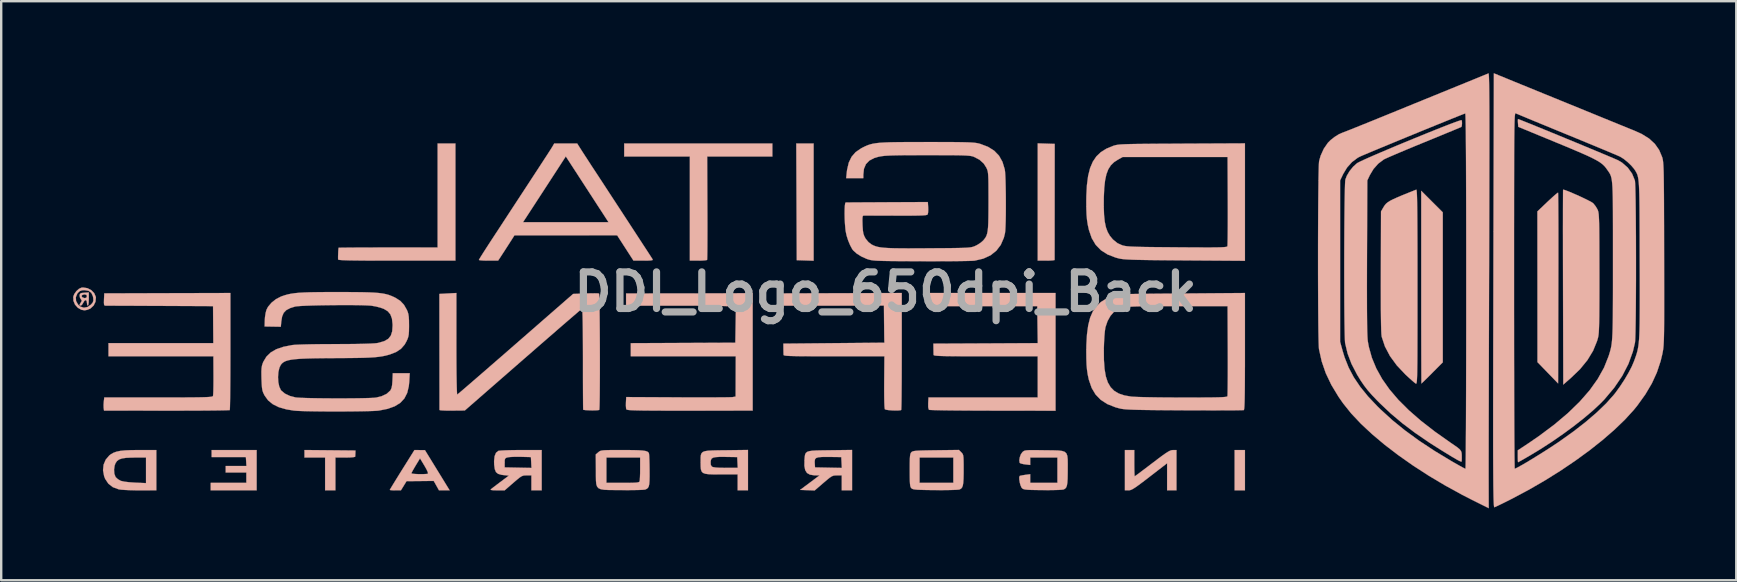
<source format=kicad_pcb>
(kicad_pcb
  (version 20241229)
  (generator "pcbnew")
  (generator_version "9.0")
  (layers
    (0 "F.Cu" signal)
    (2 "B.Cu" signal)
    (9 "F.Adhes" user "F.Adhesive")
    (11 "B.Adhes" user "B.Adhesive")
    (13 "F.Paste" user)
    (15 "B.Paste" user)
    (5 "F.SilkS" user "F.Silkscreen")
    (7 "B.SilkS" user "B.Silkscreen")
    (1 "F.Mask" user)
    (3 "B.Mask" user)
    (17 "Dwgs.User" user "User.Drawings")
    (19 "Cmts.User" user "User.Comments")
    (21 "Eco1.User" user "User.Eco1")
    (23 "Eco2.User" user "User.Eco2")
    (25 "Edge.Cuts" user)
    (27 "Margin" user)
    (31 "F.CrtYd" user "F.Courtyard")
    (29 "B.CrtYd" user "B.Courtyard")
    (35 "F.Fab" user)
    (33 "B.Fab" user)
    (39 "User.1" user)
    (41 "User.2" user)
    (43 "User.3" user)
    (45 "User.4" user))
  (footprint "DDI_Logo_650dpi_Back"
    (layer "F.Cu")
    (at 33.854 9.116)
    (property "Reference" "DDI_Logo_650dpi_Back" (at 0 0 0) (layer "F.Fab") (effects (font (size 1.524 1.524) (thickness 0.3))))
    (attr through_hole)
    (fp_poly (pts (xy 14.549 8.27) (xy 14.979 8.27) (xy 14.979 6.59) (xy 14.549 6.59) (xy 14.549 8.27)) (stroke (width 0.01) (type solid)) (fill yes) (layer "B.SilkS"))
    (fp_poly (pts (xy -3.709 -3.756) (xy -3.699 -1.323) (xy -3.348 -1.312) (xy -2.996 -1.301) (xy -2.996 -6.188) (xy -3.358 -6.188) (xy -3.719 -6.188) (xy -3.709 -3.756)) (stroke (width 0.01) (type solid)) (fill yes) (layer "B.SilkS"))
    (fp_poly (pts (xy -28.084 6.736) (xy -28.084 6.883) (xy -26.657 6.883) (xy -26.645 7.069) (xy -26.634 7.254) (xy -27.498 7.254) (xy -27.498 7.528) (xy -26.638 7.528) (xy -26.638 7.958) (xy -28.123 7.958) (xy -28.123 8.27) (xy -26.208 8.27) (xy -26.208 6.59) (xy -28.084 6.59) (xy -28.084 6.736)) (stroke (width 0.01) (type solid)) (fill yes) (layer "B.SilkS"))
    (fp_poly (pts (xy -24.215 6.903) (xy -23.355 6.903) (xy -23.355 8.27) (xy -22.926 8.27) (xy -22.926 6.903) (xy -22.515 6.903) (xy -22.329 6.899) (xy -22.191 6.889) (xy -22.114 6.874) (xy -22.101 6.863) (xy -22.097 6.798) (xy -22.093 6.717) (xy -22.089 6.609) (xy -23.152 6.599) (xy -24.215 6.589) (xy -24.215 6.903)) (stroke (width 0.01) (type solid)) (fill yes) (layer "B.SilkS"))
    (fp_poly (pts (xy 6.343 -1.304) (xy 6.695 -1.304) (xy 6.85 -1.307) (xy 6.97 -1.315) (xy 7.038 -1.326) (xy 7.047 -1.333) (xy 7.047 -1.376) (xy 7.047 -1.491) (xy 7.047 -1.67) (xy 7.048 -1.907) (xy 7.048 -2.195) (xy 7.048 -2.527) (xy 7.048 -2.897) (xy 7.049 -3.298) (xy 7.049 -3.722) (xy 7.049 -3.765) (xy 7.051 -6.169) (xy 6.697 -6.18) (xy 6.343 -6.191) (xy 6.343 -1.304)) (stroke (width 0.01) (type solid)) (fill yes) (layer "B.SilkS"))
    (fp_poly (pts (xy -10.89 -5.641) (xy -8.154 -5.641) (xy -8.154 -1.304) (xy -7.805 -1.304) (xy -7.648 -1.307) (xy -7.522 -1.316) (xy -7.448 -1.329) (xy -7.436 -1.336) (xy -7.432 -1.38) (xy -7.429 -1.495) (xy -7.426 -1.674) (xy -7.424 -1.909) (xy -7.423 -2.194) (xy -7.422 -2.52) (xy -7.422 -2.882) (xy -7.423 -3.271) (xy -7.424 -3.505) (xy -7.432 -5.641) (xy -4.716 -5.641) (xy -4.716 -6.188) (xy -10.89 -6.188) (xy -10.89 -5.641)) (stroke (width 0.01) (type solid)) (fill yes) (layer "B.SilkS"))
    (fp_poly (pts (xy 22.326 -0.199) (xy 22.326 0.354) (xy 22.326 0.884) (xy 22.326 1.387) (xy 22.327 1.857) (xy 22.328 2.289) (xy 22.329 2.677) (xy 22.33 3.018) (xy 22.331 3.304) (xy 22.332 3.533) (xy 22.333 3.697) (xy 22.335 3.792) (xy 22.336 3.815) (xy 22.366 3.789) (xy 22.441 3.717) (xy 22.552 3.608) (xy 22.69 3.471) (xy 22.785 3.375) (xy 23.224 2.935) (xy 23.224 -3.317) (xy 22.775 -3.765) (xy 22.326 -4.214) (xy 22.326 -0.199)) (stroke (width 0.01) (type solid)) (fill yes) (layer "B.SilkS"))
    (fp_poly (pts (xy 27.994 -4.118) (xy 27.913 -4.052) (xy 27.798 -3.95) (xy 27.657 -3.82) (xy 27.586 -3.754) (xy 27.167 -3.355) (xy 27.169 -0.214) (xy 27.17 2.926) (xy 27.6 3.37) (xy 28.03 3.814) (xy 28.04 -0.155) (xy 28.041 -0.705) (xy 28.042 -1.233) (xy 28.042 -1.733) (xy 28.042 -2.201) (xy 28.042 -2.63) (xy 28.041 -3.017) (xy 28.039 -3.354) (xy 28.038 -3.639) (xy 28.035 -3.864) (xy 28.033 -4.026) (xy 28.03 -4.118) (xy 28.028 -4.138) (xy 27.994 -4.118)) (stroke (width 0.01) (type solid)) (fill yes) (layer "B.SilkS"))
    (fp_poly (pts (xy -18.666 -1.854) (xy -20.724 -1.853) (xy -21.117 -1.852) (xy -21.486 -1.851) (xy -21.824 -1.85) (xy -22.122 -1.849) (xy -22.375 -1.847) (xy -22.575 -1.845) (xy -22.713 -1.843) (xy -22.785 -1.841) (xy -22.792 -1.841) (xy -22.799 -1.799) (xy -22.806 -1.706) (xy -22.811 -1.588) (xy -22.815 -1.469) (xy -22.814 -1.378) (xy -22.813 -1.352) (xy -22.797 -1.342) (xy -22.747 -1.333) (xy -22.66 -1.326) (xy -22.529 -1.32) (xy -22.351 -1.314) (xy -22.121 -1.311) (xy -21.833 -1.308) (xy -21.483 -1.305) (xy -21.067 -1.304) (xy -20.579 -1.304) (xy -20.366 -1.304) (xy -17.924 -1.304) (xy -17.924 -6.188) (xy -18.666 -6.188) (xy -18.666 -1.854)) (stroke (width 0.01) (type solid)) (fill yes) (layer "B.SilkS"))
    (fp_poly (pts (xy 9.977 8.27) (xy 10.124 8.27) (xy 10.177 8.265) (xy 10.237 8.247) (xy 10.311 8.21) (xy 10.41 8.148) (xy 10.54 8.056) (xy 10.712 7.928) (xy 10.934 7.759) (xy 11.003 7.705) (xy 11.736 7.14) (xy 11.736 8.27) (xy 12.126 8.27) (xy 12.126 6.59) (xy 11.98 6.59) (xy 11.926 6.595) (xy 11.865 6.614) (xy 11.789 6.652) (xy 11.688 6.715) (xy 11.554 6.809) (xy 11.378 6.939) (xy 11.151 7.112) (xy 11.117 7.137) (xy 10.913 7.293) (xy 10.73 7.431) (xy 10.577 7.546) (xy 10.463 7.63) (xy 10.397 7.677) (xy 10.385 7.684) (xy 10.379 7.647) (xy 10.374 7.546) (xy 10.37 7.395) (xy 10.368 7.208) (xy 10.368 7.137) (xy 10.368 6.59) (xy 9.977 6.59) (xy 9.977 8.27)) (stroke (width 0.01) (type solid)) (fill yes) (layer "B.SilkS"))
    (fp_poly (pts (xy -33.388 0.033) (xy -33.503 0.045) (xy -33.561 0.071) (xy -33.585 0.121) (xy -33.587 0.136) (xy -33.572 0.237) (xy -33.538 0.295) (xy -33.498 0.355) (xy -33.516 0.412) (xy -33.534 0.438) (xy -33.586 0.523) (xy -33.577 0.565) (xy -33.54 0.572) (xy -33.489 0.539) (xy -33.44 0.46) (xy -33.437 0.455) (xy -33.389 0.374) (xy -33.337 0.338) (xy -33.335 0.338) (xy -33.293 0.373) (xy -33.281 0.455) (xy -33.27 0.537) (xy -33.242 0.572) (xy -33.242 0.572) (xy -33.222 0.536) (xy -33.208 0.439) (xy -33.203 0.298) (xy -33.203 0.181) (xy -33.281 0.181) (xy -33.31 0.244) (xy -33.383 0.258) (xy -33.472 0.224) (xy -33.506 0.175) (xy -33.477 0.129) (xy -33.399 0.104) (xy -33.376 0.103) (xy -33.301 0.122) (xy -33.281 0.181) (xy -33.203 0.181) (xy -33.203 0.021) (xy -33.388 0.033)) (stroke (width 0.01) (type solid)) (fill yes) (layer "B.SilkS"))
    (fp_poly (pts (xy -33.505 -0.179) (xy -33.612 -0.13) (xy -33.721 -0.033) (xy -33.808 0.089) (xy -33.849 0.196) (xy -33.845 0.368) (xy -33.778 0.528) (xy -33.662 0.659) (xy -33.512 0.744) (xy -33.379 0.767) (xy -33.265 0.746) (xy -33.144 0.696) (xy -33.132 0.688) (xy -33.003 0.568) (xy -32.924 0.408) (xy -32.92 0.364) (xy -33.013 0.364) (xy -33.041 0.444) (xy -33.117 0.531) (xy -33.259 0.63) (xy -33.409 0.657) (xy -33.552 0.613) (xy -33.649 0.53) (xy -33.734 0.378) (xy -33.744 0.22) (xy -33.681 0.07) (xy -33.656 0.037) (xy -33.577 -0.035) (xy -33.486 -0.067) (xy -33.383 -0.073) (xy -33.215 -0.046) (xy -33.099 0.037) (xy -33.033 0.18) (xy -33.019 0.252) (xy -33.013 0.364) (xy -32.92 0.364) (xy -32.907 0.234) (xy -32.912 0.203) (xy -32.978 0.05) (xy -33.1 -0.074) (xy -33.26 -0.156) (xy -33.439 -0.184) (xy -33.505 -0.179)) (stroke (width 0.01) (type solid)) (fill yes) (layer "B.SilkS"))
    (fp_poly (pts (xy -20.146 7.411) (xy -20.287 7.637) (xy -20.413 7.841) (xy -20.519 8.014) (xy -20.599 8.146) (xy -20.647 8.227) (xy -20.659 8.251) (xy -20.624 8.261) (xy -20.531 8.268) (xy -20.428 8.27) (xy -20.197 8.27) (xy -20.079 8.079) (xy -19.961 7.887) (xy -19.395 7.882) (xy -18.829 7.876) (xy -18.718 8.073) (xy -18.608 8.27) (xy -18.386 8.27) (xy -18.164 8.27) (xy -18.597 7.565) (xy -19.065 7.565) (xy -19.07 7.573) (xy -19.125 7.586) (xy -19.23 7.592) (xy -19.365 7.594) (xy -19.506 7.592) (xy -19.633 7.585) (xy -19.725 7.574) (xy -19.76 7.56) (xy -19.741 7.515) (xy -19.69 7.421) (xy -19.617 7.295) (xy -19.58 7.233) (xy -19.4 6.936) (xy -19.215 7.242) (xy -19.132 7.39) (xy -19.08 7.501) (xy -19.065 7.565) (xy -18.597 7.565) (xy -18.679 7.432) (xy -19.194 6.594) (xy -19.413 6.592) (xy -19.632 6.59) (xy -20.146 7.411)) (stroke (width 0.01) (type solid)) (fill yes) (layer "B.SilkS"))
    (fp_poly (pts (xy -6.649 6.598) (xy -6.963 6.601) (xy -7.209 6.607) (xy -7.393 6.617) (xy -7.525 6.637) (xy -7.614 6.671) (xy -7.667 6.723) (xy -7.695 6.797) (xy -7.705 6.897) (xy -7.705 7.027) (xy -7.705 7.103) (xy -7.704 7.266) (xy -7.694 7.39) (xy -7.665 7.479) (xy -7.609 7.54) (xy -7.515 7.577) (xy -7.374 7.597) (xy -7.176 7.605) (xy -6.911 7.606) (xy -6.841 7.606) (xy -6.162 7.606) (xy -6.162 8.27) (xy -5.732 8.27) (xy -5.732 7.332) (xy -6.158 7.332) (xy -6.66 7.332) (xy -6.908 7.329) (xy -7.084 7.318) (xy -7.193 7.299) (xy -7.232 7.282) (xy -7.28 7.215) (xy -7.289 7.103) (xy -7.288 7.079) (xy -7.275 7.001) (xy -7.244 6.944) (xy -7.184 6.907) (xy -7.083 6.885) (xy -6.931 6.875) (xy -6.716 6.875) (xy -6.619 6.876) (xy -6.181 6.883) (xy -6.158 7.332) (xy -5.732 7.332) (xy -5.732 6.586) (xy -6.649 6.598)) (stroke (width 0.01) (type solid)) (fill yes) (layer "B.SilkS"))
    (fp_poly (pts (xy 1.81 0.318) (xy 1.81 0.592) (xy 6.324 0.592) (xy 6.334 1.363) (xy 6.345 2.134) (xy 4.17 2.145) (xy 1.995 2.155) (xy 1.998 2.36) (xy 2 2.488) (xy 2.002 2.59) (xy 2.003 2.624) (xy 2.011 2.636) (xy 2.037 2.647) (xy 2.088 2.656) (xy 2.17 2.663) (xy 2.287 2.669) (xy 2.446 2.674) (xy 2.654 2.677) (xy 2.914 2.68) (xy 3.235 2.681) (xy 3.62 2.682) (xy 4.077 2.682) (xy 4.174 2.682) (xy 6.343 2.682) (xy 6.343 4.398) (xy 4.067 4.398) (xy 1.791 4.398) (xy 1.779 4.64) (xy 1.779 4.802) (xy 1.799 4.893) (xy 1.817 4.914) (xy 1.864 4.919) (xy 1.982 4.924) (xy 2.165 4.929) (xy 2.407 4.934) (xy 2.701 4.938) (xy 3.04 4.941) (xy 3.417 4.944) (xy 3.827 4.946) (xy 4.263 4.947) (xy 4.476 4.948) (xy 7.086 4.951) (xy 7.086 0.045) (xy 1.81 0.045) (xy 1.81 0.318)) (stroke (width 0.01) (type solid)) (fill yes) (layer "B.SilkS"))
    (fp_poly (pts (xy -31.43 6.593) (xy -31.689 6.604) (xy -31.892 6.625) (xy -32.053 6.659) (xy -32.181 6.706) (xy -32.29 6.77) (xy -32.347 6.814) (xy -32.498 6.99) (xy -32.587 7.201) (xy -32.61 7.435) (xy -32.565 7.678) (xy -32.522 7.789) (xy -32.388 7.991) (xy -32.2 8.137) (xy -31.957 8.227) (xy -31.952 8.228) (xy -31.855 8.242) (xy -31.697 8.253) (xy -31.494 8.262) (xy -31.264 8.268) (xy -31.083 8.269) (xy -30.389 8.27) (xy -30.389 6.903) (xy -30.819 6.903) (xy -30.819 7.968) (xy -31.279 7.948) (xy -31.514 7.932) (xy -31.709 7.909) (xy -31.848 7.879) (xy -31.881 7.868) (xy -31.993 7.802) (xy -32.081 7.721) (xy -32.089 7.709) (xy -32.139 7.577) (xy -32.151 7.409) (xy -32.127 7.239) (xy -32.09 7.138) (xy -32.028 7.048) (xy -31.942 6.983) (xy -31.819 6.94) (xy -31.648 6.914) (xy -31.418 6.904) (xy -31.289 6.903) (xy -30.819 6.903) (xy -30.389 6.903) (xy -30.389 6.59) (xy -31.105 6.59) (xy -31.43 6.593)) (stroke (width 0.01) (type solid)) (fill yes) (layer "B.SilkS"))
    (fp_poly (pts (xy -2.311 6.598) (xy -2.622 6.602) (xy -2.864 6.607) (xy -3.046 6.617) (xy -3.177 6.636) (xy -3.265 6.666) (xy -3.32 6.712) (xy -3.351 6.776) (xy -3.366 6.863) (xy -3.375 6.975) (xy -3.377 7.011) (xy -3.381 7.251) (xy -3.347 7.426) (xy -3.272 7.545) (xy -3.149 7.615) (xy -2.972 7.643) (xy -2.905 7.645) (xy -2.748 7.645) (xy -3.153 7.948) (xy -3.559 8.251) (xy -3.256 8.262) (xy -2.953 8.274) (xy -2.588 7.959) (xy -2.434 7.828) (xy -2.323 7.739) (xy -2.24 7.685) (xy -2.17 7.657) (xy -2.098 7.647) (xy -2.023 7.645) (xy -1.824 7.645) (xy -1.824 8.27) (xy -1.394 8.27) (xy -1.394 7.335) (xy -1.82 7.335) (xy -2.938 7.313) (xy -2.95 7.127) (xy -2.951 7.033) (xy -2.934 6.965) (xy -2.888 6.92) (xy -2.802 6.892) (xy -2.666 6.879) (xy -2.469 6.876) (xy -2.311 6.877) (xy -1.844 6.883) (xy -1.82 7.335) (xy -1.394 7.335) (xy -1.394 6.586) (xy -2.311 6.598)) (stroke (width 0.01) (type solid)) (fill yes) (layer "B.SilkS"))
    (fp_poly (pts (xy -15.442 6.592) (xy -15.677 6.596) (xy -15.878 6.603) (xy -16.031 6.612) (xy -16.123 6.622) (xy -16.139 6.627) (xy -16.232 6.703) (xy -16.291 6.845) (xy -16.313 7.048) (xy -16.309 7.201) (xy -16.284 7.386) (xy -16.234 7.508) (xy -16.146 7.581) (xy -16.006 7.622) (xy -15.918 7.633) (xy -15.697 7.656) (xy -16.058 7.926) (xy -16.205 8.037) (xy -16.33 8.132) (xy -16.419 8.202) (xy -16.456 8.233) (xy -16.441 8.253) (xy -16.354 8.265) (xy -16.202 8.269) (xy -16.183 8.269) (xy -15.872 8.269) (xy -15.513 7.957) (xy -15.36 7.826) (xy -15.251 7.737) (xy -15.169 7.684) (xy -15.099 7.656) (xy -15.027 7.646) (xy -14.956 7.645) (xy -14.758 7.645) (xy -14.758 8.27) (xy -14.329 8.27) (xy -14.329 7.335) (xy -14.754 7.335) (xy -15.313 7.324) (xy -15.872 7.313) (xy -15.872 7.12) (xy -15.869 7.004) (xy -15.849 6.942) (xy -15.801 6.91) (xy -15.744 6.894) (xy -15.652 6.881) (xy -15.504 6.873) (xy -15.325 6.87) (xy -15.197 6.872) (xy -14.778 6.883) (xy -14.766 7.109) (xy -14.754 7.335) (xy -14.329 7.335) (xy -14.329 6.59) (xy -15.186 6.59) (xy -15.442 6.592)) (stroke (width 0.01) (type solid)) (fill yes) (layer "B.SilkS"))
    (fp_poly (pts (xy 28.239 -4.26) (xy 28.237 -4.22) (xy 28.236 -4.107) (xy 28.235 -3.926) (xy 28.234 -3.683) (xy 28.233 -3.382) (xy 28.233 -3.028) (xy 28.232 -2.628) (xy 28.233 -2.185) (xy 28.233 -1.705) (xy 28.234 -1.194) (xy 28.235 -0.656) (xy 28.236 -0.193) (xy 28.246 3.861) (xy 28.558 3.59) (xy 28.943 3.22) (xy 29.252 2.842) (xy 29.488 2.453) (xy 29.654 2.047) (xy 29.691 1.918) (xy 29.704 1.861) (xy 29.715 1.79) (xy 29.724 1.699) (xy 29.731 1.582) (xy 29.737 1.432) (xy 29.742 1.244) (xy 29.746 1.011) (xy 29.748 0.728) (xy 29.75 0.389) (xy 29.751 -0.013) (xy 29.751 -0.484) (xy 29.751 -0.792) (xy 29.75 -1.295) (xy 29.749 -1.726) (xy 29.748 -2.091) (xy 29.746 -2.396) (xy 29.744 -2.647) (xy 29.74 -2.85) (xy 29.735 -3.011) (xy 29.729 -3.136) (xy 29.722 -3.232) (xy 29.713 -3.303) (xy 29.702 -3.356) (xy 29.689 -3.398) (xy 29.676 -3.43) (xy 29.601 -3.56) (xy 29.508 -3.678) (xy 29.488 -3.699) (xy 29.425 -3.741) (xy 29.312 -3.802) (xy 29.16 -3.878) (xy 28.986 -3.961) (xy 28.802 -4.044) (xy 28.623 -4.122) (xy 28.464 -4.189) (xy 28.337 -4.237) (xy 28.258 -4.261) (xy 28.239 -4.26)) (stroke (width 0.01) (type solid)) (fill yes) (layer "B.SilkS"))
    (fp_poly (pts (xy -5.624 0.048) (xy -5.678 0.05) (xy -5.803 0.051) (xy -5.992 0.053) (xy -6.239 0.055) (xy -6.538 0.056) (xy -6.88 0.058) (xy -7.26 0.059) (xy -7.671 0.06) (xy -8.106 0.061) (xy -8.262 0.061) (xy -10.812 0.064) (xy -10.812 0.572) (xy -8.626 0.572) (xy -8.131 0.573) (xy -7.688 0.575) (xy -7.301 0.578) (xy -6.973 0.583) (xy -6.709 0.589) (xy -6.512 0.596) (xy -6.386 0.604) (xy -6.338 0.611) (xy -6.235 0.65) (xy -6.259 2.116) (xy -8.438 2.126) (xy -10.616 2.136) (xy -10.616 2.682) (xy -6.241 2.682) (xy -6.244 3.521) (xy -6.247 4.36) (xy -6.371 4.383) (xy -6.432 4.387) (xy -6.564 4.39) (xy -6.759 4.393) (xy -7.01 4.394) (xy -7.308 4.396) (xy -7.646 4.396) (xy -8.017 4.396) (xy -8.413 4.395) (xy -8.65 4.393) (xy -10.806 4.382) (xy -10.818 4.61) (xy -10.82 4.743) (xy -10.812 4.85) (xy -10.8 4.894) (xy -10.784 4.905) (xy -10.748 4.914) (xy -10.687 4.923) (xy -10.594 4.929) (xy -10.464 4.935) (xy -10.293 4.939) (xy -10.075 4.943) (xy -9.805 4.945) (xy -9.477 4.947) (xy -9.086 4.948) (xy -8.627 4.948) (xy -8.152 4.948) (xy -5.536 4.947) (xy -5.536 0.038) (xy -5.624 0.048)) (stroke (width 0.01) (type solid)) (fill yes) (layer "B.SilkS"))
    (fp_poly (pts (xy 2.104 6.598) (xy 1.803 6.602) (xy 1.57 6.607) (xy 1.396 6.613) (xy 1.272 6.621) (xy 1.186 6.632) (xy 1.13 6.647) (xy 1.094 6.666) (xy 1.079 6.679) (xy 1.053 6.713) (xy 1.035 6.762) (xy 1.022 6.839) (xy 1.014 6.955) (xy 1.01 7.122) (xy 1.009 7.353) (xy 1.009 7.43) (xy 1.01 7.68) (xy 1.013 7.864) (xy 1.02 7.994) (xy 1.031 8.08) (xy 1.047 8.136) (xy 1.071 8.173) (xy 1.079 8.181) (xy 1.108 8.203) (xy 1.151 8.22) (xy 1.218 8.233) (xy 1.319 8.243) (xy 1.465 8.249) (xy 1.664 8.254) (xy 1.926 8.258) (xy 2.075 8.259) (xy 2.341 8.26) (xy 2.584 8.258) (xy 2.793 8.253) (xy 2.955 8.247) (xy 3.059 8.238) (xy 3.087 8.232) (xy 3.147 8.199) (xy 3.19 8.149) (xy 3.221 8.072) (xy 3.24 7.955) (xy 3.251 7.788) (xy 3.256 7.56) (xy 3.256 7.411) (xy 3.256 7.176) (xy 3.253 7.006) (xy 3.248 6.903) (xy 2.826 6.903) (xy 2.826 7.958) (xy 1.419 7.958) (xy 1.419 6.903) (xy 2.826 6.903) (xy 3.248 6.903) (xy 3.247 6.888) (xy 3.236 6.809) (xy 3.217 6.756) (xy 3.189 6.717) (xy 3.158 6.684) (xy 3.06 6.586) (xy 2.104 6.598)) (stroke (width 0.01) (type solid)) (fill yes) (layer "B.SilkS"))
    (fp_poly (pts (xy 21.788 -4.13) (xy 21.521 -4.022) (xy 21.31 -3.932) (xy 21.147 -3.858) (xy 21.024 -3.795) (xy 20.933 -3.737) (xy 20.865 -3.681) (xy 20.813 -3.622) (xy 20.768 -3.555) (xy 20.742 -3.511) (xy 20.65 -3.355) (xy 20.643 -0.835) (xy 20.642 -0.242) (xy 20.643 0.273) (xy 20.644 0.714) (xy 20.648 1.082) (xy 20.653 1.379) (xy 20.659 1.606) (xy 20.667 1.765) (xy 20.677 1.857) (xy 20.679 1.869) (xy 20.814 2.275) (xy 21.025 2.675) (xy 21.311 3.065) (xy 21.668 3.442) (xy 21.67 3.444) (xy 21.813 3.576) (xy 21.941 3.691) (xy 22.04 3.776) (xy 22.098 3.819) (xy 22.099 3.82) (xy 22.111 3.823) (xy 22.121 3.818) (xy 22.129 3.8) (xy 22.137 3.764) (xy 22.144 3.706) (xy 22.149 3.622) (xy 22.154 3.508) (xy 22.158 3.359) (xy 22.161 3.17) (xy 22.164 2.938) (xy 22.166 2.657) (xy 22.167 2.325) (xy 22.168 1.935) (xy 22.169 1.485) (xy 22.169 0.969) (xy 22.169 0.383) (xy 22.169 -0.212) (xy 22.169 -0.888) (xy 22.169 -1.489) (xy 22.168 -2.019) (xy 22.166 -2.483) (xy 22.164 -2.883) (xy 22.162 -3.224) (xy 22.159 -3.509) (xy 22.155 -3.742) (xy 22.151 -3.927) (xy 22.146 -4.067) (xy 22.14 -4.167) (xy 22.133 -4.23) (xy 22.125 -4.259) (xy 22.12 -4.262) (xy 21.788 -4.13)) (stroke (width 0.01) (type solid)) (fill yes) (layer "B.SilkS"))
    (fp_poly (pts (xy 5.996 6.594) (xy 5.891 6.6) (xy 5.82 6.61) (xy 5.771 6.627) (xy 5.735 6.651) (xy 5.706 6.676) (xy 5.642 6.766) (xy 5.596 6.89) (xy 5.576 7.017) (xy 5.589 7.115) (xy 5.596 7.128) (xy 5.646 7.152) (xy 5.747 7.176) (xy 5.825 7.188) (xy 6.03 7.211) (xy 6.03 6.903) (xy 7.164 6.903) (xy 7.164 7.958) (xy 6.03 7.958) (xy 6.03 7.596) (xy 5.828 7.623) (xy 5.707 7.642) (xy 5.619 7.66) (xy 5.593 7.669) (xy 5.573 7.722) (xy 5.576 7.822) (xy 5.595 7.944) (xy 5.628 8.063) (xy 5.668 8.153) (xy 5.684 8.173) (xy 5.714 8.199) (xy 5.755 8.219) (xy 5.817 8.234) (xy 5.911 8.244) (xy 6.049 8.251) (xy 6.24 8.255) (xy 6.497 8.259) (xy 6.549 8.259) (xy 6.795 8.26) (xy 7.018 8.257) (xy 7.206 8.252) (xy 7.344 8.244) (xy 7.419 8.234) (xy 7.425 8.232) (xy 7.484 8.199) (xy 7.528 8.149) (xy 7.559 8.07) (xy 7.578 7.953) (xy 7.589 7.785) (xy 7.593 7.556) (xy 7.594 7.417) (xy 7.595 7.168) (xy 7.592 6.976) (xy 7.577 6.833) (xy 7.54 6.733) (xy 7.472 6.667) (xy 7.365 6.629) (xy 7.209 6.609) (xy 6.996 6.602) (xy 6.716 6.599) (xy 6.625 6.598) (xy 6.352 6.594) (xy 6.146 6.592) (xy 5.996 6.594)) (stroke (width 0.01) (type solid)) (fill yes) (layer "B.SilkS"))
    (fp_poly (pts (xy -11.255 6.59) (xy -11.474 6.591) (xy -11.636 6.595) (xy -11.752 6.601) (xy -11.832 6.612) (xy -11.887 6.627) (xy -11.927 6.648) (xy -11.963 6.676) (xy -11.969 6.682) (xy -12.076 6.773) (xy -12.07 7.431) (xy -12.07 7.674) (xy -12.067 7.864) (xy -12.054 8.007) (xy -12.021 8.11) (xy -11.96 8.18) (xy -11.863 8.223) (xy -11.721 8.246) (xy -11.524 8.255) (xy -11.266 8.257) (xy -10.996 8.259) (xy -10.734 8.26) (xy -10.494 8.258) (xy -10.289 8.254) (xy -10.132 8.248) (xy -10.033 8.239) (xy -10.009 8.234) (xy -9.945 8.203) (xy -9.899 8.162) (xy -9.866 8.1) (xy -9.846 8.005) (xy -9.836 7.867) (xy -9.832 7.672) (xy -9.833 7.432) (xy -9.836 7.211) (xy -9.841 7.015) (xy -9.846 6.903) (xy -10.226 6.903) (xy -10.226 7.368) (xy -10.227 7.556) (xy -10.233 7.719) (xy -10.24 7.838) (xy -10.249 7.896) (xy -10.267 7.918) (xy -10.309 7.935) (xy -10.385 7.946) (xy -10.506 7.953) (xy -10.682 7.957) (xy -10.925 7.958) (xy -10.953 7.958) (xy -11.632 7.958) (xy -11.632 6.903) (xy -10.226 6.903) (xy -9.846 6.903) (xy -9.847 6.859) (xy -9.855 6.756) (xy -9.861 6.724) (xy -9.886 6.683) (xy -9.933 6.651) (xy -10.011 6.627) (xy -10.127 6.611) (xy -10.291 6.599) (xy -10.512 6.593) (xy -10.798 6.59) (xy -10.968 6.59) (xy -11.255 6.59)) (stroke (width 0.01) (type solid)) (fill yes) (layer "B.SilkS"))
    (fp_poly (pts (xy -29.93 0.052) (xy -32.558 0.06) (xy -32.57 0.316) (xy -32.573 0.454) (xy -32.566 0.532) (xy -32.544 0.566) (xy -32.511 0.572) (xy -32.46 0.572) (xy -32.338 0.573) (xy -32.152 0.574) (xy -31.91 0.575) (xy -31.619 0.576) (xy -31.286 0.577) (xy -30.918 0.579) (xy -30.523 0.581) (xy -30.233 0.582) (xy -28.025 0.592) (xy -28.02 1.363) (xy -28.014 2.135) (xy -32.382 2.135) (xy -32.382 2.682) (xy -28.011 2.682) (xy -28.007 3.477) (xy -28.007 3.722) (xy -28.009 3.942) (xy -28.013 4.126) (xy -28.019 4.259) (xy -28.026 4.33) (xy -28.027 4.335) (xy -28.038 4.349) (xy -28.064 4.36) (xy -28.109 4.369) (xy -28.181 4.377) (xy -28.286 4.383) (xy -28.428 4.388) (xy -28.614 4.392) (xy -28.85 4.395) (xy -29.142 4.397) (xy -29.496 4.398) (xy -29.917 4.398) (xy -30.305 4.399) (xy -32.558 4.399) (xy -32.578 4.566) (xy -32.587 4.7) (xy -32.585 4.819) (xy -32.583 4.84) (xy -32.569 4.946) (xy -29.962 4.948) (xy -29.518 4.948) (xy -29.097 4.947) (xy -28.705 4.946) (xy -28.349 4.944) (xy -28.036 4.941) (xy -27.772 4.938) (xy -27.564 4.934) (xy -27.418 4.93) (xy -27.34 4.926) (xy -27.329 4.923) (xy -27.324 4.881) (xy -27.32 4.766) (xy -27.316 4.587) (xy -27.312 4.351) (xy -27.309 4.063) (xy -27.306 3.73) (xy -27.304 3.36) (xy -27.303 2.959) (xy -27.302 2.533) (xy -27.302 2.471) (xy -27.302 0.045) (xy -29.93 0.052)) (stroke (width 0.01) (type solid)) (fill yes) (layer "B.SilkS"))
    (fp_poly (pts (xy -1.873 0.053) (xy -4.423 0.061) (xy -4.434 0.317) (xy -4.439 0.454) (xy -4.433 0.53) (xy -4.411 0.564) (xy -4.369 0.573) (xy -4.356 0.573) (xy -4.301 0.573) (xy -4.175 0.573) (xy -3.986 0.573) (xy -3.741 0.573) (xy -3.449 0.573) (xy -3.116 0.573) (xy -2.751 0.572) (xy -2.36 0.572) (xy -2.166 0.572) (xy -0.066 0.571) (xy -0.06 1.246) (xy -0.057 1.474) (xy -0.055 1.682) (xy -0.053 1.852) (xy -0.051 1.972) (xy -0.05 2.018) (xy -0.046 2.116) (xy -2.152 2.135) (xy -4.257 2.155) (xy -4.255 2.36) (xy -4.253 2.488) (xy -4.25 2.59) (xy -4.249 2.624) (xy -4.241 2.637) (xy -4.215 2.647) (xy -4.163 2.657) (xy -4.081 2.664) (xy -3.963 2.67) (xy -3.802 2.674) (xy -3.592 2.678) (xy -3.328 2.68) (xy -3.004 2.681) (xy -2.614 2.682) (xy -2.151 2.682) (xy -2.146 2.682) (xy -0.046 2.682) (xy -0.055 3.764) (xy -0.056 4.089) (xy -0.054 4.369) (xy -0.05 4.596) (xy -0.043 4.764) (xy -0.033 4.864) (xy -0.026 4.891) (xy 0.027 4.911) (xy 0.134 4.926) (xy 0.272 4.937) (xy 0.417 4.942) (xy 0.545 4.939) (xy 0.632 4.929) (xy 0.654 4.919) (xy 0.658 4.877) (xy 0.662 4.764) (xy 0.666 4.586) (xy 0.669 4.349) (xy 0.671 4.062) (xy 0.674 3.73) (xy 0.675 3.36) (xy 0.676 2.959) (xy 0.677 2.534) (xy 0.677 2.471) (xy 0.677 0.045) (xy -1.873 0.053)) (stroke (width 0.01) (type solid)) (fill yes) (layer "B.SilkS"))
    (fp_poly (pts (xy -13.881 -6.057) (xy -13.901 -6.025) (xy -13.933 -5.973) (xy -13.98 -5.899) (xy -14.045 -5.799) (xy -14.128 -5.67) (xy -14.234 -5.508) (xy -14.363 -5.31) (xy -14.518 -5.072) (xy -14.701 -4.792) (xy -14.914 -4.466) (xy -15.16 -4.09) (xy -15.441 -3.661) (xy -15.759 -3.175) (xy -16.115 -2.63) (xy -16.383 -2.222) (xy -16.534 -1.991) (xy -16.669 -1.781) (xy -16.784 -1.602) (xy -16.872 -1.461) (xy -16.928 -1.368) (xy -16.946 -1.333) (xy -16.91 -1.321) (xy -16.812 -1.311) (xy -16.669 -1.305) (xy -16.546 -1.304) (xy -16.146 -1.304) (xy -16.061 -1.431) (xy -16.007 -1.514) (xy -15.922 -1.645) (xy -15.819 -1.804) (xy -15.72 -1.958) (xy -15.463 -2.359) (xy -11.183 -2.357) (xy -10.843 -1.83) (xy -10.503 -1.304) (xy -10.088 -1.304) (xy -9.899 -1.306) (xy -9.777 -1.313) (xy -9.714 -1.326) (xy -9.7 -1.346) (xy -9.703 -1.352) (xy -9.733 -1.401) (xy -9.798 -1.502) (xy -9.89 -1.644) (xy -10 -1.813) (xy -10.063 -1.909) (xy -10.342 -2.337) (xy -10.628 -2.775) (xy -10.713 -2.906) (xy -11.545 -2.906) (xy -15.107 -2.906) (xy -14.477 -3.873) (xy -14.301 -4.143) (xy -14.125 -4.414) (xy -13.957 -4.673) (xy -13.805 -4.906) (xy -13.679 -5.1) (xy -13.587 -5.242) (xy -13.586 -5.244) (xy -13.324 -5.648) (xy -12.491 -4.365) (xy -12.305 -4.078) (xy -12.13 -3.808) (xy -11.972 -3.565) (xy -11.835 -3.355) (xy -11.725 -3.185) (xy -11.647 -3.064) (xy -11.605 -3) (xy -11.601 -2.994) (xy -11.545 -2.906) (xy -10.713 -2.906) (xy -10.914 -3.213) (xy -11.193 -3.64) (xy -11.458 -4.045) (xy -11.701 -4.418) (xy -11.916 -4.746) (xy -12.093 -5.016) (xy -12.24 -5.239) (xy -12.382 -5.458) (xy -12.511 -5.656) (xy -12.617 -5.82) (xy -12.691 -5.936) (xy -12.696 -5.944) (xy -12.851 -6.188) (xy -13.805 -6.188) (xy -13.881 -6.057)) (stroke (width 0.01) (type solid)) (fill yes) (layer "B.SilkS"))
    (fp_poly (pts (xy -18.238 0.064) (xy -18.593 0.084) (xy -18.591 2.487) (xy -18.59 2.913) (xy -18.59 3.317) (xy -18.59 3.69) (xy -18.589 4.026) (xy -18.589 4.319) (xy -18.589 4.562) (xy -18.589 4.748) (xy -18.589 4.869) (xy -18.588 4.92) (xy -18.588 4.921) (xy -18.552 4.932) (xy -18.451 4.94) (xy -18.3 4.946) (xy -18.115 4.947) (xy -18.061 4.946) (xy -17.533 4.941) (xy -15.108 2.825) (xy -14.734 2.5) (xy -14.378 2.189) (xy -14.043 1.898) (xy -13.733 1.629) (xy -13.453 1.386) (xy -13.207 1.174) (xy -13 0.996) (xy -12.837 0.856) (xy -12.721 0.757) (xy -12.657 0.704) (xy -12.646 0.696) (xy -12.638 0.731) (xy -12.631 0.84) (xy -12.624 1.019) (xy -12.619 1.264) (xy -12.615 1.569) (xy -12.612 1.932) (xy -12.61 2.347) (xy -12.609 2.796) (xy -12.609 3.195) (xy -12.609 3.568) (xy -12.608 3.911) (xy -12.607 4.215) (xy -12.605 4.472) (xy -12.604 4.678) (xy -12.602 4.823) (xy -12.6 4.9) (xy -12.599 4.912) (xy -12.51 4.925) (xy -12.381 4.933) (xy -12.237 4.937) (xy -12.099 4.936) (xy -11.99 4.929) (xy -11.932 4.918) (xy -11.929 4.915) (xy -11.923 4.867) (xy -11.918 4.751) (xy -11.914 4.573) (xy -11.91 4.341) (xy -11.908 4.066) (xy -11.906 3.753) (xy -11.904 3.412) (xy -11.904 3.051) (xy -11.904 2.677) (xy -11.905 2.299) (xy -11.907 1.926) (xy -11.909 1.565) (xy -11.912 1.224) (xy -11.915 0.912) (xy -11.919 0.637) (xy -11.924 0.406) (xy -11.929 0.229) (xy -11.934 0.113) (xy -11.94 0.067) (xy -11.941 0.067) (xy -11.991 0.06) (xy -12.104 0.057) (xy -12.263 0.058) (xy -12.454 0.063) (xy -12.498 0.064) (xy -13.02 0.084) (xy -15.416 2.174) (xy -15.787 2.498) (xy -16.142 2.806) (xy -16.475 3.095) (xy -16.782 3.362) (xy -17.059 3.602) (xy -17.302 3.812) (xy -17.506 3.988) (xy -17.667 4.126) (xy -17.78 4.221) (xy -17.84 4.271) (xy -17.849 4.278) (xy -17.856 4.242) (xy -17.863 4.134) (xy -17.869 3.958) (xy -17.874 3.718) (xy -17.879 3.421) (xy -17.882 3.071) (xy -17.884 2.674) (xy -17.885 2.234) (xy -17.885 2.168) (xy -17.884 0.045) (xy -18.238 0.064)) (stroke (width 0.01) (type solid)) (fill yes) (layer "B.SilkS"))
    (fp_poly (pts (xy 12.351 -6.18) (xy 11.833 -6.177) (xy 11.387 -6.175) (xy 11.008 -6.172) (xy 10.688 -6.169) (xy 10.423 -6.166) (xy 10.205 -6.162) (xy 10.029 -6.157) (xy 9.89 -6.151) (xy 9.78 -6.144) (xy 9.694 -6.135) (xy 9.626 -6.124) (xy 9.57 -6.112) (xy 9.52 -6.097) (xy 9.479 -6.084) (xy 9.205 -5.97) (xy 8.976 -5.827) (xy 8.788 -5.648) (xy 8.639 -5.427) (xy 8.525 -5.158) (xy 8.444 -4.836) (xy 8.394 -4.453) (xy 8.37 -4.005) (xy 8.367 -3.784) (xy 8.369 -3.471) (xy 8.379 -3.216) (xy 8.398 -2.999) (xy 8.429 -2.801) (xy 8.473 -2.601) (xy 8.479 -2.576) (xy 8.594 -2.242) (xy 8.759 -1.963) (xy 8.978 -1.738) (xy 9.255 -1.561) (xy 9.593 -1.431) (xy 9.736 -1.393) (xy 9.801 -1.38) (xy 9.882 -1.369) (xy 9.986 -1.359) (xy 10.119 -1.351) (xy 10.286 -1.343) (xy 10.494 -1.337) (xy 10.748 -1.332) (xy 11.055 -1.327) (xy 11.421 -1.323) (xy 11.852 -1.319) (xy 12.353 -1.315) (xy 12.488 -1.314) (xy 14.979 -1.297) (xy 14.979 -3.07) (xy 14.265 -3.07) (xy 14.264 -2.752) (xy 14.262 -2.472) (xy 14.26 -2.24) (xy 14.256 -2.062) (xy 14.253 -1.947) (xy 14.248 -1.903) (xy 14.236 -1.891) (xy 14.205 -1.88) (xy 14.15 -1.871) (xy 14.064 -1.864) (xy 13.942 -1.859) (xy 13.777 -1.856) (xy 13.564 -1.854) (xy 13.296 -1.854) (xy 12.968 -1.855) (xy 12.573 -1.857) (xy 12.151 -1.86) (xy 11.688 -1.864) (xy 11.298 -1.867) (xy 10.972 -1.871) (xy 10.703 -1.875) (xy 10.486 -1.881) (xy 10.312 -1.887) (xy 10.176 -1.894) (xy 10.071 -1.903) (xy 9.989 -1.914) (xy 9.924 -1.927) (xy 9.869 -1.942) (xy 9.86 -1.945) (xy 9.669 -2.031) (xy 9.497 -2.169) (xy 9.464 -2.201) (xy 9.347 -2.343) (xy 9.255 -2.505) (xy 9.185 -2.696) (xy 9.137 -2.927) (xy 9.108 -3.206) (xy 9.096 -3.544) (xy 9.098 -3.941) (xy 9.115 -4.327) (xy 9.15 -4.644) (xy 9.205 -4.902) (xy 9.284 -5.11) (xy 9.39 -5.276) (xy 9.526 -5.409) (xy 9.665 -5.5) (xy 9.88 -5.622) (xy 14.256 -5.622) (xy 14.264 -3.792) (xy 14.265 -3.419) (xy 14.265 -3.07) (xy 14.979 -3.07) (xy 14.979 -6.192) (xy 12.351 -6.18)) (stroke (width 0.01) (type solid)) (fill yes) (layer "B.SilkS"))
    (fp_poly (pts (xy 23.97 -7.153) (xy 23.865 -7.119) (xy 23.704 -7.061) (xy 23.494 -6.982) (xy 23.243 -6.884) (xy 22.958 -6.771) (xy 22.646 -6.646) (xy 22.316 -6.512) (xy 21.975 -6.373) (xy 21.631 -6.231) (xy 21.291 -6.09) (xy 20.963 -5.952) (xy 20.655 -5.821) (xy 20.373 -5.7) (xy 20.127 -5.592) (xy 19.922 -5.5) (xy 19.768 -5.427) (xy 19.671 -5.377) (xy 19.649 -5.363) (xy 19.487 -5.218) (xy 19.338 -5.033) (xy 19.222 -4.835) (xy 19.165 -4.684) (xy 19.157 -4.614) (xy 19.15 -4.474) (xy 19.144 -4.27) (xy 19.138 -4.009) (xy 19.133 -3.699) (xy 19.129 -3.347) (xy 19.125 -2.96) (xy 19.122 -2.545) (xy 19.12 -2.11) (xy 19.118 -1.661) (xy 19.117 -1.206) (xy 19.117 -0.752) (xy 19.118 -0.306) (xy 19.119 0.125) (xy 19.121 0.532) (xy 19.124 0.91) (xy 19.128 1.251) (xy 19.133 1.548) (xy 19.138 1.794) (xy 19.144 1.98) (xy 19.151 2.102) (xy 19.155 2.136) (xy 19.257 2.567) (xy 19.42 2.997) (xy 19.649 3.44) (xy 19.66 3.458) (xy 19.804 3.694) (xy 19.946 3.902) (xy 20.1 4.101) (xy 20.281 4.307) (xy 20.502 4.538) (xy 20.603 4.639) (xy 21.051 5.062) (xy 21.538 5.472) (xy 22.074 5.876) (xy 22.67 6.284) (xy 23.146 6.586) (xy 23.413 6.75) (xy 23.62 6.876) (xy 23.775 6.967) (xy 23.885 7.028) (xy 23.956 7.061) (xy 23.996 7.072) (xy 24.01 7.063) (xy 24.011 7.06) (xy 24.015 6.992) (xy 24.016 6.922) (xy 24.015 6.798) (xy 24.008 6.705) (xy 23.984 6.632) (xy 23.934 6.565) (xy 23.848 6.491) (xy 23.717 6.398) (xy 23.541 6.278) (xy 22.89 5.818) (xy 22.312 5.369) (xy 21.807 4.929) (xy 21.371 4.494) (xy 21.002 4.061) (xy 20.697 3.627) (xy 20.454 3.19) (xy 20.27 2.746) (xy 20.143 2.292) (xy 20.1 2.057) (xy 20.091 1.97) (xy 20.083 1.833) (xy 20.076 1.642) (xy 20.071 1.395) (xy 20.068 1.089) (xy 20.065 0.719) (xy 20.064 0.284) (xy 20.063 -0.219) (xy 20.064 -0.795) (xy 20.066 -1.44) (xy 20.079 -4.645) (xy 20.183 -4.866) (xy 20.337 -5.124) (xy 20.537 -5.348) (xy 20.762 -5.517) (xy 20.79 -5.533) (xy 20.867 -5.569) (xy 21.007 -5.631) (xy 21.202 -5.715) (xy 21.443 -5.818) (xy 21.721 -5.935) (xy 22.027 -6.062) (xy 22.353 -6.196) (xy 22.482 -6.249) (xy 22.805 -6.381) (xy 23.104 -6.504) (xy 23.373 -6.615) (xy 23.604 -6.71) (xy 23.789 -6.787) (xy 23.92 -6.842) (xy 23.991 -6.872) (xy 24.001 -6.876) (xy 24.017 -6.925) (xy 24.025 -7.014) (xy 24.022 -7.105) (xy 24.01 -7.158) (xy 23.97 -7.153)) (stroke (width 0.01) (type solid)) (fill yes) (layer "B.SilkS"))
    (fp_poly (pts (xy 26.354 -7.17) (xy 26.355 -7.083) (xy 26.358 -7.042) (xy 26.37 -6.88) (xy 27.966 -6.222) (xy 28.388 -6.048) (xy 28.743 -5.898) (xy 29.039 -5.771) (xy 29.282 -5.662) (xy 29.479 -5.567) (xy 29.637 -5.484) (xy 29.761 -5.409) (xy 29.86 -5.337) (xy 29.938 -5.267) (xy 30.004 -5.193) (xy 30.063 -5.113) (xy 30.065 -5.11) (xy 30.109 -5.048) (xy 30.147 -4.993) (xy 30.181 -4.94) (xy 30.209 -4.884) (xy 30.234 -4.819) (xy 30.254 -4.74) (xy 30.271 -4.643) (xy 30.284 -4.521) (xy 30.295 -4.369) (xy 30.303 -4.182) (xy 30.309 -3.956) (xy 30.313 -3.684) (xy 30.315 -3.361) (xy 30.316 -2.982) (xy 30.317 -2.542) (xy 30.317 -2.036) (xy 30.317 -1.458) (xy 30.317 -1.323) (xy 30.317 -0.728) (xy 30.317 -0.205) (xy 30.316 0.251) (xy 30.314 0.646) (xy 30.312 0.985) (xy 30.308 1.273) (xy 30.303 1.518) (xy 30.296 1.723) (xy 30.287 1.895) (xy 30.276 2.04) (xy 30.262 2.162) (xy 30.246 2.268) (xy 30.226 2.363) (xy 30.203 2.453) (xy 30.177 2.543) (xy 30.147 2.639) (xy 30.133 2.682) (xy 29.945 3.154) (xy 29.682 3.626) (xy 29.345 4.099) (xy 28.931 4.573) (xy 28.441 5.049) (xy 27.875 5.527) (xy 27.231 6.008) (xy 26.81 6.297) (xy 26.35 6.602) (xy 26.35 6.85) (xy 26.352 6.978) (xy 26.356 7.067) (xy 26.361 7.098) (xy 26.397 7.079) (xy 26.488 7.029) (xy 26.62 6.954) (xy 26.78 6.861) (xy 26.811 6.844) (xy 27.291 6.554) (xy 27.772 6.243) (xy 28.241 5.918) (xy 28.689 5.588) (xy 29.105 5.261) (xy 29.478 4.945) (xy 29.796 4.647) (xy 29.955 4.484) (xy 30.367 3.995) (xy 30.703 3.5) (xy 30.962 2.997) (xy 31.147 2.484) (xy 31.234 2.116) (xy 31.242 2.033) (xy 31.249 1.881) (xy 31.255 1.667) (xy 31.26 1.398) (xy 31.265 1.081) (xy 31.269 0.722) (xy 31.272 0.331) (xy 31.274 -0.087) (xy 31.276 -0.524) (xy 31.276 -0.972) (xy 31.276 -1.426) (xy 31.275 -1.876) (xy 31.274 -2.317) (xy 31.271 -2.741) (xy 31.268 -3.14) (xy 31.264 -3.508) (xy 31.26 -3.837) (xy 31.254 -4.12) (xy 31.248 -4.35) (xy 31.241 -4.52) (xy 31.234 -4.622) (xy 31.23 -4.644) (xy 31.114 -4.929) (xy 30.933 -5.181) (xy 30.696 -5.388) (xy 30.538 -5.482) (xy 30.473 -5.512) (xy 30.345 -5.567) (xy 30.165 -5.643) (xy 29.938 -5.739) (xy 29.673 -5.85) (xy 29.379 -5.972) (xy 29.062 -6.104) (xy 28.731 -6.241) (xy 28.393 -6.38) (xy 28.057 -6.519) (xy 27.73 -6.653) (xy 27.42 -6.78) (xy 27.135 -6.896) (xy 26.883 -6.999) (xy 26.671 -7.084) (xy 26.509 -7.149) (xy 26.402 -7.19) (xy 26.36 -7.204) (xy 26.354 -7.17)) (stroke (width 0.01) (type solid)) (fill yes) (layer "B.SilkS"))
    (fp_poly (pts (xy 12.351 0.065) (xy 11.834 0.069) (xy 11.388 0.072) (xy 11.009 0.076) (xy 10.689 0.08) (xy 10.424 0.084) (xy 10.206 0.088) (xy 10.031 0.094) (xy 9.891 0.1) (xy 9.78 0.108) (xy 9.694 0.117) (xy 9.625 0.128) (xy 9.568 0.141) (xy 9.516 0.155) (xy 9.468 0.171) (xy 9.198 0.282) (xy 8.972 0.422) (xy 8.787 0.598) (xy 8.64 0.814) (xy 8.527 1.077) (xy 8.447 1.394) (xy 8.396 1.771) (xy 8.371 2.213) (xy 8.367 2.471) (xy 8.37 2.782) (xy 8.379 3.034) (xy 8.398 3.247) (xy 8.427 3.442) (xy 8.469 3.638) (xy 8.479 3.676) (xy 8.592 4.003) (xy 8.755 4.276) (xy 8.972 4.499) (xy 9.247 4.675) (xy 9.586 4.809) (xy 9.771 4.859) (xy 9.837 4.872) (xy 9.917 4.883) (xy 10.018 4.893) (xy 10.146 4.901) (xy 10.307 4.908) (xy 10.508 4.914) (xy 10.755 4.919) (xy 11.054 4.923) (xy 11.41 4.927) (xy 11.831 4.93) (xy 12.323 4.933) (xy 12.459 4.934) (xy 12.887 4.935) (xy 13.294 4.936) (xy 13.67 4.937) (xy 14.011 4.936) (xy 14.308 4.935) (xy 14.555 4.934) (xy 14.745 4.931) (xy 14.872 4.928) (xy 14.928 4.925) (xy 14.93 4.924) (xy 14.941 4.904) (xy 14.95 4.85) (xy 14.957 4.758) (xy 14.963 4.622) (xy 14.968 4.438) (xy 14.972 4.201) (xy 14.975 3.907) (xy 14.977 3.55) (xy 14.978 3.166) (xy 14.265 3.166) (xy 14.264 3.486) (xy 14.262 3.768) (xy 14.26 4.002) (xy 14.257 4.182) (xy 14.254 4.3) (xy 14.25 4.346) (xy 14.235 4.359) (xy 14.197 4.37) (xy 14.13 4.379) (xy 14.027 4.386) (xy 13.883 4.392) (xy 13.691 4.396) (xy 13.445 4.399) (xy 13.138 4.4) (xy 12.764 4.401) (xy 12.406 4.401) (xy 12.021 4.4) (xy 11.65 4.398) (xy 11.3 4.394) (xy 10.982 4.389) (xy 10.706 4.383) (xy 10.481 4.376) (xy 10.318 4.368) (xy 10.239 4.362) (xy 9.959 4.314) (xy 9.725 4.236) (xy 9.533 4.124) (xy 9.381 3.97) (xy 9.264 3.77) (xy 9.181 3.518) (xy 9.128 3.207) (xy 9.102 2.833) (xy 9.099 2.39) (xy 9.1 2.331) (xy 9.109 2.075) (xy 9.123 1.838) (xy 9.141 1.639) (xy 9.162 1.494) (xy 9.168 1.465) (xy 9.253 1.216) (xy 9.373 1) (xy 9.516 0.836) (xy 9.579 0.788) (xy 9.645 0.747) (xy 9.71 0.712) (xy 9.782 0.683) (xy 9.867 0.659) (xy 9.971 0.639) (xy 10.103 0.624) (xy 10.267 0.612) (xy 10.471 0.604) (xy 10.722 0.598) (xy 11.026 0.594) (xy 11.389 0.592) (xy 11.82 0.592) (xy 12.185 0.592) (xy 14.256 0.592) (xy 14.264 2.441) (xy 14.265 2.815) (xy 14.265 3.166) (xy 14.978 3.166) (xy 14.979 3.126) (xy 14.979 2.63) (xy 14.979 2.474) (xy 14.979 0.045) (xy 12.351 0.065)) (stroke (width 0.01) (type solid)) (fill yes) (layer "B.SilkS"))
    (fp_poly (pts (xy 25.129 -9.107) (xy 25.064 -9.08) (xy 24.933 -9.027) (xy 24.746 -8.95) (xy 24.508 -8.853) (xy 24.229 -8.739) (xy 23.915 -8.611) (xy 23.574 -8.472) (xy 23.213 -8.325) (xy 22.841 -8.173) (xy 22.465 -8.02) (xy 22.091 -7.868) (xy 21.729 -7.72) (xy 21.386 -7.58) (xy 21.068 -7.45) (xy 20.784 -7.334) (xy 20.541 -7.236) (xy 20.469 -7.206) (xy 20.163 -7.082) (xy 19.876 -6.966) (xy 19.617 -6.862) (xy 19.396 -6.773) (xy 19.221 -6.704) (xy 19.101 -6.657) (xy 19.045 -6.637) (xy 18.892 -6.57) (xy 18.719 -6.461) (xy 18.553 -6.332) (xy 18.437 -6.216) (xy 18.265 -5.967) (xy 18.133 -5.675) (xy 18.071 -5.455) (xy 18.064 -5.382) (xy 18.057 -5.238) (xy 18.052 -5.029) (xy 18.046 -4.762) (xy 18.042 -4.444) (xy 18.038 -4.082) (xy 18.034 -3.681) (xy 18.031 -3.25) (xy 18.029 -2.794) (xy 18.027 -2.32) (xy 18.026 -1.836) (xy 18.026 -1.347) (xy 18.026 -0.861) (xy 18.027 -0.384) (xy 18.029 0.077) (xy 18.031 0.515) (xy 18.034 0.924) (xy 18.037 1.297) (xy 18.041 1.627) (xy 18.046 1.907) (xy 18.052 2.131) (xy 18.058 2.292) (xy 18.065 2.383) (xy 18.066 2.389) (xy 18.178 2.894) (xy 18.347 3.385) (xy 18.58 3.873) (xy 18.879 4.369) (xy 19.077 4.652) (xy 19.407 5.063) (xy 19.808 5.489) (xy 20.272 5.923) (xy 20.793 6.362) (xy 21.366 6.8) (xy 21.983 7.234) (xy 22.639 7.659) (xy 23.328 8.069) (xy 24.043 8.461) (xy 24.426 8.657) (xy 25.139 9.013) (xy 25.136 7.753) (xy 25.136 7.585) (xy 25.136 7.345) (xy 25.136 7.035) (xy 25.137 6.66) (xy 25.137 6.226) (xy 25.138 5.736) (xy 25.139 5.195) (xy 25.141 4.608) (xy 25.142 3.979) (xy 25.144 3.312) (xy 25.145 2.613) (xy 25.147 1.886) (xy 25.149 1.135) (xy 25.151 0.365) (xy 25.152 -0.034) (xy 24.201 -0.034) (xy 24.201 0.721) (xy 24.201 1.454) (xy 24.2 2.163) (xy 24.199 2.843) (xy 24.197 3.49) (xy 24.196 4.1) (xy 24.194 4.671) (xy 24.192 5.198) (xy 24.19 5.676) (xy 24.187 6.104) (xy 24.184 6.476) (xy 24.182 6.788) (xy 24.179 7.038) (xy 24.176 7.221) (xy 24.173 7.333) (xy 24.169 7.371) (xy 24.126 7.353) (xy 24.028 7.301) (xy 23.887 7.223) (xy 23.714 7.125) (xy 23.593 7.055) (xy 22.882 6.626) (xy 22.24 6.202) (xy 21.658 5.778) (xy 21.126 5.347) (xy 20.637 4.902) (xy 20.505 4.773) (xy 20.111 4.357) (xy 19.784 3.955) (xy 19.516 3.558) (xy 19.302 3.154) (xy 19.134 2.731) (xy 19.053 2.467) (xy 18.945 2.077) (xy 18.945 -1.284) (xy 18.945 -4.645) (xy 19.075 -4.918) (xy 19.235 -5.183) (xy 19.441 -5.413) (xy 19.676 -5.589) (xy 19.767 -5.637) (xy 19.848 -5.674) (xy 19.99 -5.734) (xy 20.184 -5.816) (xy 20.422 -5.915) (xy 20.698 -6.03) (xy 21.003 -6.156) (xy 21.329 -6.291) (xy 21.669 -6.431) (xy 22.016 -6.573) (xy 22.361 -6.715) (xy 22.698 -6.852) (xy 23.017 -6.982) (xy 23.313 -7.102) (xy 23.576 -7.209) (xy 23.8 -7.299) (xy 23.976 -7.369) (xy 24.097 -7.416) (xy 24.156 -7.438) (xy 24.16 -7.439) (xy 24.166 -7.408) (xy 24.171 -7.316) (xy 24.175 -7.161) (xy 24.18 -6.941) (xy 24.184 -6.656) (xy 24.187 -6.305) (xy 24.19 -5.886) (xy 24.193 -5.399) (xy 24.195 -4.841) (xy 24.197 -4.212) (xy 24.199 -3.511) (xy 24.2 -2.736) (xy 24.201 -1.886) (xy 24.201 -0.961) (xy 24.201 -0.034) (xy 25.152 -0.034) (xy 25.153 -0.42) (xy 25.156 -1.215) (xy 25.156 -1.318) (xy 25.159 -2.266) (xy 25.161 -3.14) (xy 25.163 -3.94) (xy 25.164 -4.671) (xy 25.165 -5.335) (xy 25.166 -5.934) (xy 25.166 -6.471) (xy 25.166 -6.95) (xy 25.165 -7.372) (xy 25.164 -7.741) (xy 25.162 -8.059) (xy 25.16 -8.329) (xy 25.157 -8.554) (xy 25.154 -8.737) (xy 25.15 -8.879) (xy 25.146 -8.985) (xy 25.141 -9.056) (xy 25.135 -9.096) (xy 25.13 -9.107) (xy 25.129 -9.107)) (stroke (width 0.01) (type solid)) (fill yes) (layer "B.SilkS"))
    (fp_poly (pts (xy -23.271 0.006) (xy -23.645 0.009) (xy -23.958 0.014) (xy -24.218 0.023) (xy -24.435 0.035) (xy -24.616 0.052) (xy -24.77 0.074) (xy -24.905 0.102) (xy -25.031 0.137) (xy -25.156 0.179) (xy -25.189 0.191) (xy -25.4 0.299) (xy -25.588 0.448) (xy -25.734 0.621) (xy -25.799 0.746) (xy -25.834 0.877) (xy -25.86 1.045) (xy -25.869 1.177) (xy -25.876 1.44) (xy -25.201 1.451) (xy -25.181 1.233) (xy -25.147 1.025) (xy -25.081 0.871) (xy -24.971 0.757) (xy -24.804 0.671) (xy -24.604 0.609) (xy -24.516 0.597) (xy -24.361 0.585) (xy -24.151 0.575) (xy -23.896 0.566) (xy -23.608 0.559) (xy -23.298 0.554) (xy -22.977 0.55) (xy -22.657 0.548) (xy -22.348 0.548) (xy -22.063 0.55) (xy -21.811 0.555) (xy -21.605 0.562) (xy -21.456 0.571) (xy -21.423 0.575) (xy -21.237 0.607) (xy -21.05 0.655) (xy -20.904 0.708) (xy -20.743 0.806) (xy -20.634 0.937) (xy -20.569 1.112) (xy -20.544 1.343) (xy -20.543 1.406) (xy -20.559 1.642) (xy -20.617 1.822) (xy -20.723 1.955) (xy -20.887 2.05) (xy -21.117 2.118) (xy -21.185 2.132) (xy -21.289 2.143) (xy -21.465 2.153) (xy -21.706 2.161) (xy -22.005 2.168) (xy -22.357 2.172) (xy -22.755 2.174) (xy -22.935 2.174) (xy -23.308 2.175) (xy -23.659 2.178) (xy -23.978 2.183) (xy -24.256 2.19) (xy -24.483 2.198) (xy -24.649 2.207) (xy -24.735 2.216) (xy -25.097 2.288) (xy -25.391 2.389) (xy -25.623 2.524) (xy -25.8 2.696) (xy -25.928 2.908) (xy -25.955 2.972) (xy -25.985 3.068) (xy -26.003 3.177) (xy -26.011 3.317) (xy -26.009 3.508) (xy -26.006 3.628) (xy -25.997 3.836) (xy -25.986 3.985) (xy -25.969 4.095) (xy -25.941 4.185) (xy -25.899 4.274) (xy -25.876 4.318) (xy -25.731 4.519) (xy -25.534 4.68) (xy -25.281 4.805) (xy -24.965 4.895) (xy -24.659 4.945) (xy -24.533 4.955) (xy -24.343 4.964) (xy -24.099 4.971) (xy -23.813 4.976) (xy -23.496 4.98) (xy -23.158 4.982) (xy -22.812 4.982) (xy -22.469 4.981) (xy -22.139 4.978) (xy -21.835 4.974) (xy -21.567 4.968) (xy -21.346 4.961) (xy -21.184 4.952) (xy -21.11 4.944) (xy -20.748 4.872) (xy -20.454 4.766) (xy -20.223 4.624) (xy -20.052 4.44) (xy -19.934 4.21) (xy -19.867 3.929) (xy -19.848 3.74) (xy -19.828 3.386) (xy -20.534 3.386) (xy -20.548 3.696) (xy -20.562 3.878) (xy -20.587 4.004) (xy -20.628 4.094) (xy -20.642 4.113) (xy -20.79 4.248) (xy -21.004 4.348) (xy -21.23 4.403) (xy -21.332 4.413) (xy -21.5 4.421) (xy -21.724 4.427) (xy -21.992 4.432) (xy -22.293 4.435) (xy -22.615 4.437) (xy -22.947 4.437) (xy -23.278 4.435) (xy -23.596 4.432) (xy -23.89 4.427) (xy -24.149 4.421) (xy -24.361 4.413) (xy -24.515 4.404) (xy -24.585 4.397) (xy -24.821 4.336) (xy -25.024 4.241) (xy -25.173 4.12) (xy -25.199 4.088) (xy -25.265 3.948) (xy -25.305 3.76) (xy -25.317 3.548) (xy -25.302 3.339) (xy -25.259 3.156) (xy -25.2 3.037) (xy -25.149 2.977) (xy -25.086 2.927) (xy -25.005 2.885) (xy -24.899 2.851) (xy -24.762 2.823) (xy -24.588 2.802) (xy -24.369 2.785) (xy -24.1 2.774) (xy -23.773 2.766) (xy -23.382 2.761) (xy -22.921 2.758) (xy -22.833 2.757) (xy -22.405 2.755) (xy -22.046 2.751) (xy -21.747 2.745) (xy -21.499 2.735) (xy -21.292 2.722) (xy -21.119 2.704) (xy -20.969 2.682) (xy -20.833 2.654) (xy -20.703 2.619) (xy -20.657 2.606) (xy -20.394 2.504) (xy -20.194 2.371) (xy -20.042 2.197) (xy -19.97 2.07) (xy -19.921 1.964) (xy -19.889 1.871) (xy -19.87 1.77) (xy -19.861 1.639) (xy -19.858 1.457) (xy -19.858 1.393) (xy -19.86 1.185) (xy -19.869 1.035) (xy -19.886 0.922) (xy -19.915 0.825) (xy -19.948 0.748) (xy -20.068 0.537) (xy -20.218 0.377) (xy -20.419 0.247) (xy -20.477 0.218) (xy -20.587 0.169) (xy -20.697 0.127) (xy -20.814 0.094) (xy -20.948 0.067) (xy -21.106 0.046) (xy -21.297 0.03) (xy -21.528 0.019) (xy -21.807 0.012) (xy -22.144 0.008) (xy -22.545 0.006) (xy -22.828 0.005) (xy -23.271 0.006)) (stroke (width 0.01) (type solid)) (fill yes) (layer "B.SilkS"))
    (fp_poly (pts (xy 1.237 -6.246) (xy 0.832 -6.245) (xy 0.49 -6.242) (xy 0.205 -6.237) (xy -0.032 -6.228) (xy -0.228 -6.216) (xy -0.389 -6.199) (xy -0.524 -6.177) (xy -0.639 -6.149) (xy -0.742 -6.114) (xy -0.841 -6.072) (xy -0.943 -6.022) (xy -1.017 -5.983) (xy -1.244 -5.828) (xy -1.414 -5.632) (xy -1.532 -5.388) (xy -1.602 -5.087) (xy -1.614 -4.992) (xy -1.639 -4.742) (xy -0.925 -4.742) (xy -0.925 -4.884) (xy -0.899 -5.131) (xy -0.816 -5.326) (xy -0.673 -5.474) (xy -0.467 -5.582) (xy -0.304 -5.63) (xy -0.224 -5.646) (xy -0.138 -5.66) (xy -0.036 -5.672) (xy 0.089 -5.68) (xy 0.245 -5.687) (xy 0.44 -5.692) (xy 0.682 -5.696) (xy 0.978 -5.698) (xy 1.337 -5.699) (xy 1.752 -5.699) (xy 2.173 -5.699) (xy 2.523 -5.698) (xy 2.811 -5.697) (xy 3.042 -5.694) (xy 3.224 -5.69) (xy 3.365 -5.684) (xy 3.473 -5.676) (xy 3.554 -5.666) (xy 3.615 -5.653) (xy 3.665 -5.638) (xy 3.683 -5.631) (xy 3.919 -5.508) (xy 4.093 -5.351) (xy 4.2 -5.183) (xy 4.225 -5.129) (xy 4.246 -5.076) (xy 4.262 -5.015) (xy 4.273 -4.937) (xy 4.281 -4.832) (xy 4.287 -4.691) (xy 4.29 -4.505) (xy 4.291 -4.264) (xy 4.292 -3.959) (xy 4.292 -3.785) (xy 4.291 -3.416) (xy 4.288 -3.116) (xy 4.283 -2.877) (xy 4.273 -2.688) (xy 4.257 -2.542) (xy 4.235 -2.428) (xy 4.205 -2.339) (xy 4.166 -2.265) (xy 4.116 -2.197) (xy 4.073 -2.145) (xy 3.97 -2.054) (xy 3.833 -1.964) (xy 3.755 -1.924) (xy 3.705 -1.902) (xy 3.656 -1.884) (xy 3.602 -1.869) (xy 3.534 -1.857) (xy 3.445 -1.847) (xy 3.327 -1.84) (xy 3.173 -1.834) (xy 2.976 -1.83) (xy 2.727 -1.826) (xy 2.42 -1.823) (xy 2.047 -1.821) (xy 1.791 -1.819) (xy 1.329 -1.816) (xy 0.939 -1.815) (xy 0.612 -1.817) (xy 0.342 -1.821) (xy 0.121 -1.829) (xy -0.058 -1.84) (xy -0.202 -1.856) (xy -0.318 -1.877) (xy -0.414 -1.903) (xy -0.497 -1.935) (xy -0.574 -1.974) (xy -0.587 -1.981) (xy -0.712 -2.078) (xy -0.823 -2.212) (xy -0.84 -2.24) (xy -0.89 -2.337) (xy -0.923 -2.435) (xy -0.943 -2.558) (xy -0.955 -2.729) (xy -0.958 -2.797) (xy -0.963 -2.979) (xy -0.96 -3.095) (xy -0.948 -3.159) (xy -0.925 -3.181) (xy -0.92 -3.181) (xy -0.869 -3.182) (xy -0.75 -3.182) (xy -0.572 -3.182) (xy -0.344 -3.181) (xy -0.077 -3.181) (xy 0.221 -3.18) (xy 0.43 -3.179) (xy 0.789 -3.179) (xy 1.078 -3.179) (xy 1.303 -3.182) (xy 1.474 -3.186) (xy 1.597 -3.192) (xy 1.679 -3.201) (xy 1.729 -3.213) (xy 1.754 -3.227) (xy 1.758 -3.233) (xy 1.774 -3.302) (xy 1.78 -3.419) (xy 1.778 -3.518) (xy 1.765 -3.746) (xy 0.078 -3.738) (xy -0.279 -3.736) (xy -0.612 -3.734) (xy -0.914 -3.733) (xy -1.176 -3.731) (xy -1.39 -3.73) (xy -1.547 -3.729) (xy -1.639 -3.728) (xy -1.66 -3.728) (xy -1.681 -3.691) (xy -1.695 -3.59) (xy -1.703 -3.44) (xy -1.705 -3.256) (xy -1.701 -3.051) (xy -1.69 -2.841) (xy -1.673 -2.64) (xy -1.661 -2.535) (xy -1.622 -2.348) (xy -1.557 -2.144) (xy -1.476 -1.95) (xy -1.391 -1.791) (xy -1.348 -1.732) (xy -1.202 -1.6) (xy -1.006 -1.477) (xy -0.786 -1.378) (xy -0.76 -1.369) (xy -0.703 -1.351) (xy -0.645 -1.335) (xy -0.579 -1.322) (xy -0.499 -1.312) (xy -0.397 -1.303) (xy -0.266 -1.297) (xy -0.099 -1.292) (xy 0.112 -1.288) (xy 0.372 -1.285) (xy 0.69 -1.283) (xy 1.072 -1.281) (xy 1.498 -1.279) (xy 1.894 -1.278) (xy 2.273 -1.279) (xy 2.626 -1.28) (xy 2.945 -1.283) (xy 3.22 -1.287) (xy 3.445 -1.291) (xy 3.61 -1.296) (xy 3.707 -1.302) (xy 3.719 -1.304) (xy 4.076 -1.388) (xy 4.375 -1.525) (xy 4.617 -1.716) (xy 4.803 -1.96) (xy 4.932 -2.258) (xy 4.978 -2.443) (xy 4.991 -2.549) (xy 5 -2.719) (xy 5.008 -2.941) (xy 5.013 -3.201) (xy 5.015 -3.487) (xy 5.015 -3.786) (xy 5.013 -4.084) (xy 5.008 -4.369) (xy 5.002 -4.627) (xy 4.993 -4.845) (xy 4.982 -5.011) (xy 4.969 -5.108) (xy 4.874 -5.421) (xy 4.729 -5.679) (xy 4.53 -5.885) (xy 4.272 -6.047) (xy 3.949 -6.169) (xy 3.916 -6.178) (xy 3.853 -6.194) (xy 3.781 -6.207) (xy 3.695 -6.218) (xy 3.587 -6.226) (xy 3.449 -6.233) (xy 3.275 -6.238) (xy 3.058 -6.242) (xy 2.789 -6.245) (xy 2.463 -6.246) (xy 2.071 -6.247) (xy 1.712 -6.247) (xy 1.237 -6.246)) (stroke (width 0.01) (type solid)) (fill yes) (layer "B.SilkS"))
    (fp_poly (pts (xy 25.334 -1.29) (xy 25.332 -0.213) (xy 25.33 0.788) (xy 25.328 1.716) (xy 25.326 2.574) (xy 25.325 3.365) (xy 25.324 4.09) (xy 25.323 4.752) (xy 25.323 5.355) (xy 25.323 5.9) (xy 25.323 6.391) (xy 25.324 6.829) (xy 25.326 7.218) (xy 25.328 7.56) (xy 25.33 7.858) (xy 25.332 8.114) (xy 25.336 8.331) (xy 25.339 8.511) (xy 25.343 8.657) (xy 25.348 8.773) (xy 25.353 8.859) (xy 25.358 8.919) (xy 25.364 8.956) (xy 25.371 8.972) (xy 25.374 8.974) (xy 25.418 8.957) (xy 25.521 8.909) (xy 25.672 8.836) (xy 25.859 8.744) (xy 26.071 8.637) (xy 26.125 8.61) (xy 26.813 8.243) (xy 27.487 7.853) (xy 28.138 7.446) (xy 28.76 7.025) (xy 29.346 6.598) (xy 29.888 6.168) (xy 30.379 5.742) (xy 30.813 5.324) (xy 31.182 4.92) (xy 31.329 4.739) (xy 31.667 4.269) (xy 31.937 3.813) (xy 32.147 3.355) (xy 32.303 2.884) (xy 32.372 2.597) (xy 32.386 2.528) (xy 32.398 2.462) (xy 32.409 2.394) (xy 32.418 2.317) (xy 32.426 2.227) (xy 32.432 2.119) (xy 32.438 1.988) (xy 32.442 1.828) (xy 32.446 1.635) (xy 32.448 1.404) (xy 32.45 1.129) (xy 32.451 0.805) (xy 32.451 0.428) (xy 32.451 0.279) (xy 31.435 0.279) (xy 31.434 0.682) (xy 31.432 1.03) (xy 31.429 1.328) (xy 31.423 1.581) (xy 31.415 1.795) (xy 31.405 1.976) (xy 31.391 2.13) (xy 31.374 2.262) (xy 31.354 2.377) (xy 31.33 2.482) (xy 31.302 2.581) (xy 31.269 2.682) (xy 31.231 2.788) (xy 31.193 2.893) (xy 31.098 3.115) (xy 30.962 3.375) (xy 30.798 3.654) (xy 30.617 3.931) (xy 30.432 4.188) (xy 30.35 4.291) (xy 30.032 4.647) (xy 29.644 5.021) (xy 29.193 5.409) (xy 28.683 5.807) (xy 28.12 6.209) (xy 27.874 6.375) (xy 27.648 6.524) (xy 27.408 6.677) (xy 27.166 6.828) (xy 26.932 6.972) (xy 26.715 7.103) (xy 26.525 7.213) (xy 26.372 7.299) (xy 26.267 7.352) (xy 26.223 7.368) (xy 26.22 7.33) (xy 26.218 7.218) (xy 26.215 7.035) (xy 26.212 6.785) (xy 26.21 6.472) (xy 26.207 6.1) (xy 26.205 5.673) (xy 26.203 5.194) (xy 26.201 4.667) (xy 26.199 4.096) (xy 26.198 3.485) (xy 26.196 2.837) (xy 26.195 2.157) (xy 26.195 1.448) (xy 26.194 0.714) (xy 26.194 -0.041) (xy 26.194 -0.055) (xy 26.194 -0.95) (xy 26.194 -1.771) (xy 26.194 -2.52) (xy 26.195 -3.201) (xy 26.195 -3.816) (xy 26.196 -4.369) (xy 26.197 -4.864) (xy 26.198 -5.304) (xy 26.199 -5.691) (xy 26.201 -6.029) (xy 26.203 -6.321) (xy 26.206 -6.571) (xy 26.208 -6.782) (xy 26.212 -6.957) (xy 26.215 -7.098) (xy 26.22 -7.211) (xy 26.224 -7.297) (xy 26.23 -7.36) (xy 26.236 -7.403) (xy 26.242 -7.43) (xy 26.249 -7.443) (xy 26.257 -7.447) (xy 26.263 -7.445) (xy 26.31 -7.424) (xy 26.424 -7.376) (xy 26.597 -7.304) (xy 26.821 -7.21) (xy 27.092 -7.098) (xy 27.401 -6.971) (xy 27.743 -6.83) (xy 28.11 -6.679) (xy 28.402 -6.559) (xy 28.787 -6.401) (xy 29.155 -6.249) (xy 29.497 -6.108) (xy 29.807 -5.979) (xy 30.078 -5.866) (xy 30.303 -5.771) (xy 30.475 -5.699) (xy 30.586 -5.65) (xy 30.625 -5.632) (xy 30.767 -5.542) (xy 30.927 -5.413) (xy 31.079 -5.267) (xy 31.198 -5.127) (xy 31.231 -5.079) (xy 31.265 -5.024) (xy 31.294 -4.972) (xy 31.32 -4.919) (xy 31.342 -4.858) (xy 31.36 -4.786) (xy 31.376 -4.695) (xy 31.389 -4.582) (xy 31.4 -4.441) (xy 31.408 -4.267) (xy 31.415 -4.054) (xy 31.42 -3.797) (xy 31.424 -3.492) (xy 31.426 -3.132) (xy 31.428 -2.713) (xy 31.43 -2.23) (xy 31.431 -1.676) (xy 31.432 -1.321) (xy 31.434 -0.717) (xy 31.435 -0.185) (xy 31.435 0.279) (xy 32.451 0.279) (xy 32.451 -0.008) (xy 32.45 -0.508) (xy 32.449 -1.077) (xy 32.448 -1.592) (xy 32.447 -2.221) (xy 32.446 -2.778) (xy 32.444 -3.266) (xy 32.443 -3.691) (xy 32.441 -4.057) (xy 32.438 -4.369) (xy 32.435 -4.633) (xy 32.432 -4.852) (xy 32.428 -5.032) (xy 32.422 -5.179) (xy 32.416 -5.295) (xy 32.409 -5.388) (xy 32.401 -5.461) (xy 32.392 -5.519) (xy 32.381 -5.567) (xy 32.369 -5.611) (xy 32.366 -5.619) (xy 32.242 -5.915) (xy 32.062 -6.171) (xy 31.822 -6.392) (xy 31.515 -6.583) (xy 31.235 -6.71) (xy 31.123 -6.756) (xy 30.949 -6.826) (xy 30.723 -6.918) (xy 30.457 -7.027) (xy 30.159 -7.148) (xy 29.841 -7.278) (xy 29.514 -7.412) (xy 29.496 -7.419) (xy 29.147 -7.562) (xy 28.79 -7.708) (xy 28.438 -7.851) (xy 28.104 -7.987) (xy 27.804 -8.11) (xy 27.551 -8.213) (xy 27.386 -8.28) (xy 27.103 -8.396) (xy 26.784 -8.526) (xy 26.46 -8.658) (xy 26.162 -8.78) (xy 26.018 -8.839) (xy 25.354 -9.111) (xy 25.334 -1.29)) (stroke (width 0.01) (type solid)) (fill yes) (layer "B.SilkS")))
  (gr_rect
    (start -3 -3)
    (end 69.31 21.134)
    (stroke (width 0.1) (type default))
    (fill no)
    (layer "Edge.Cuts")))
</source>
